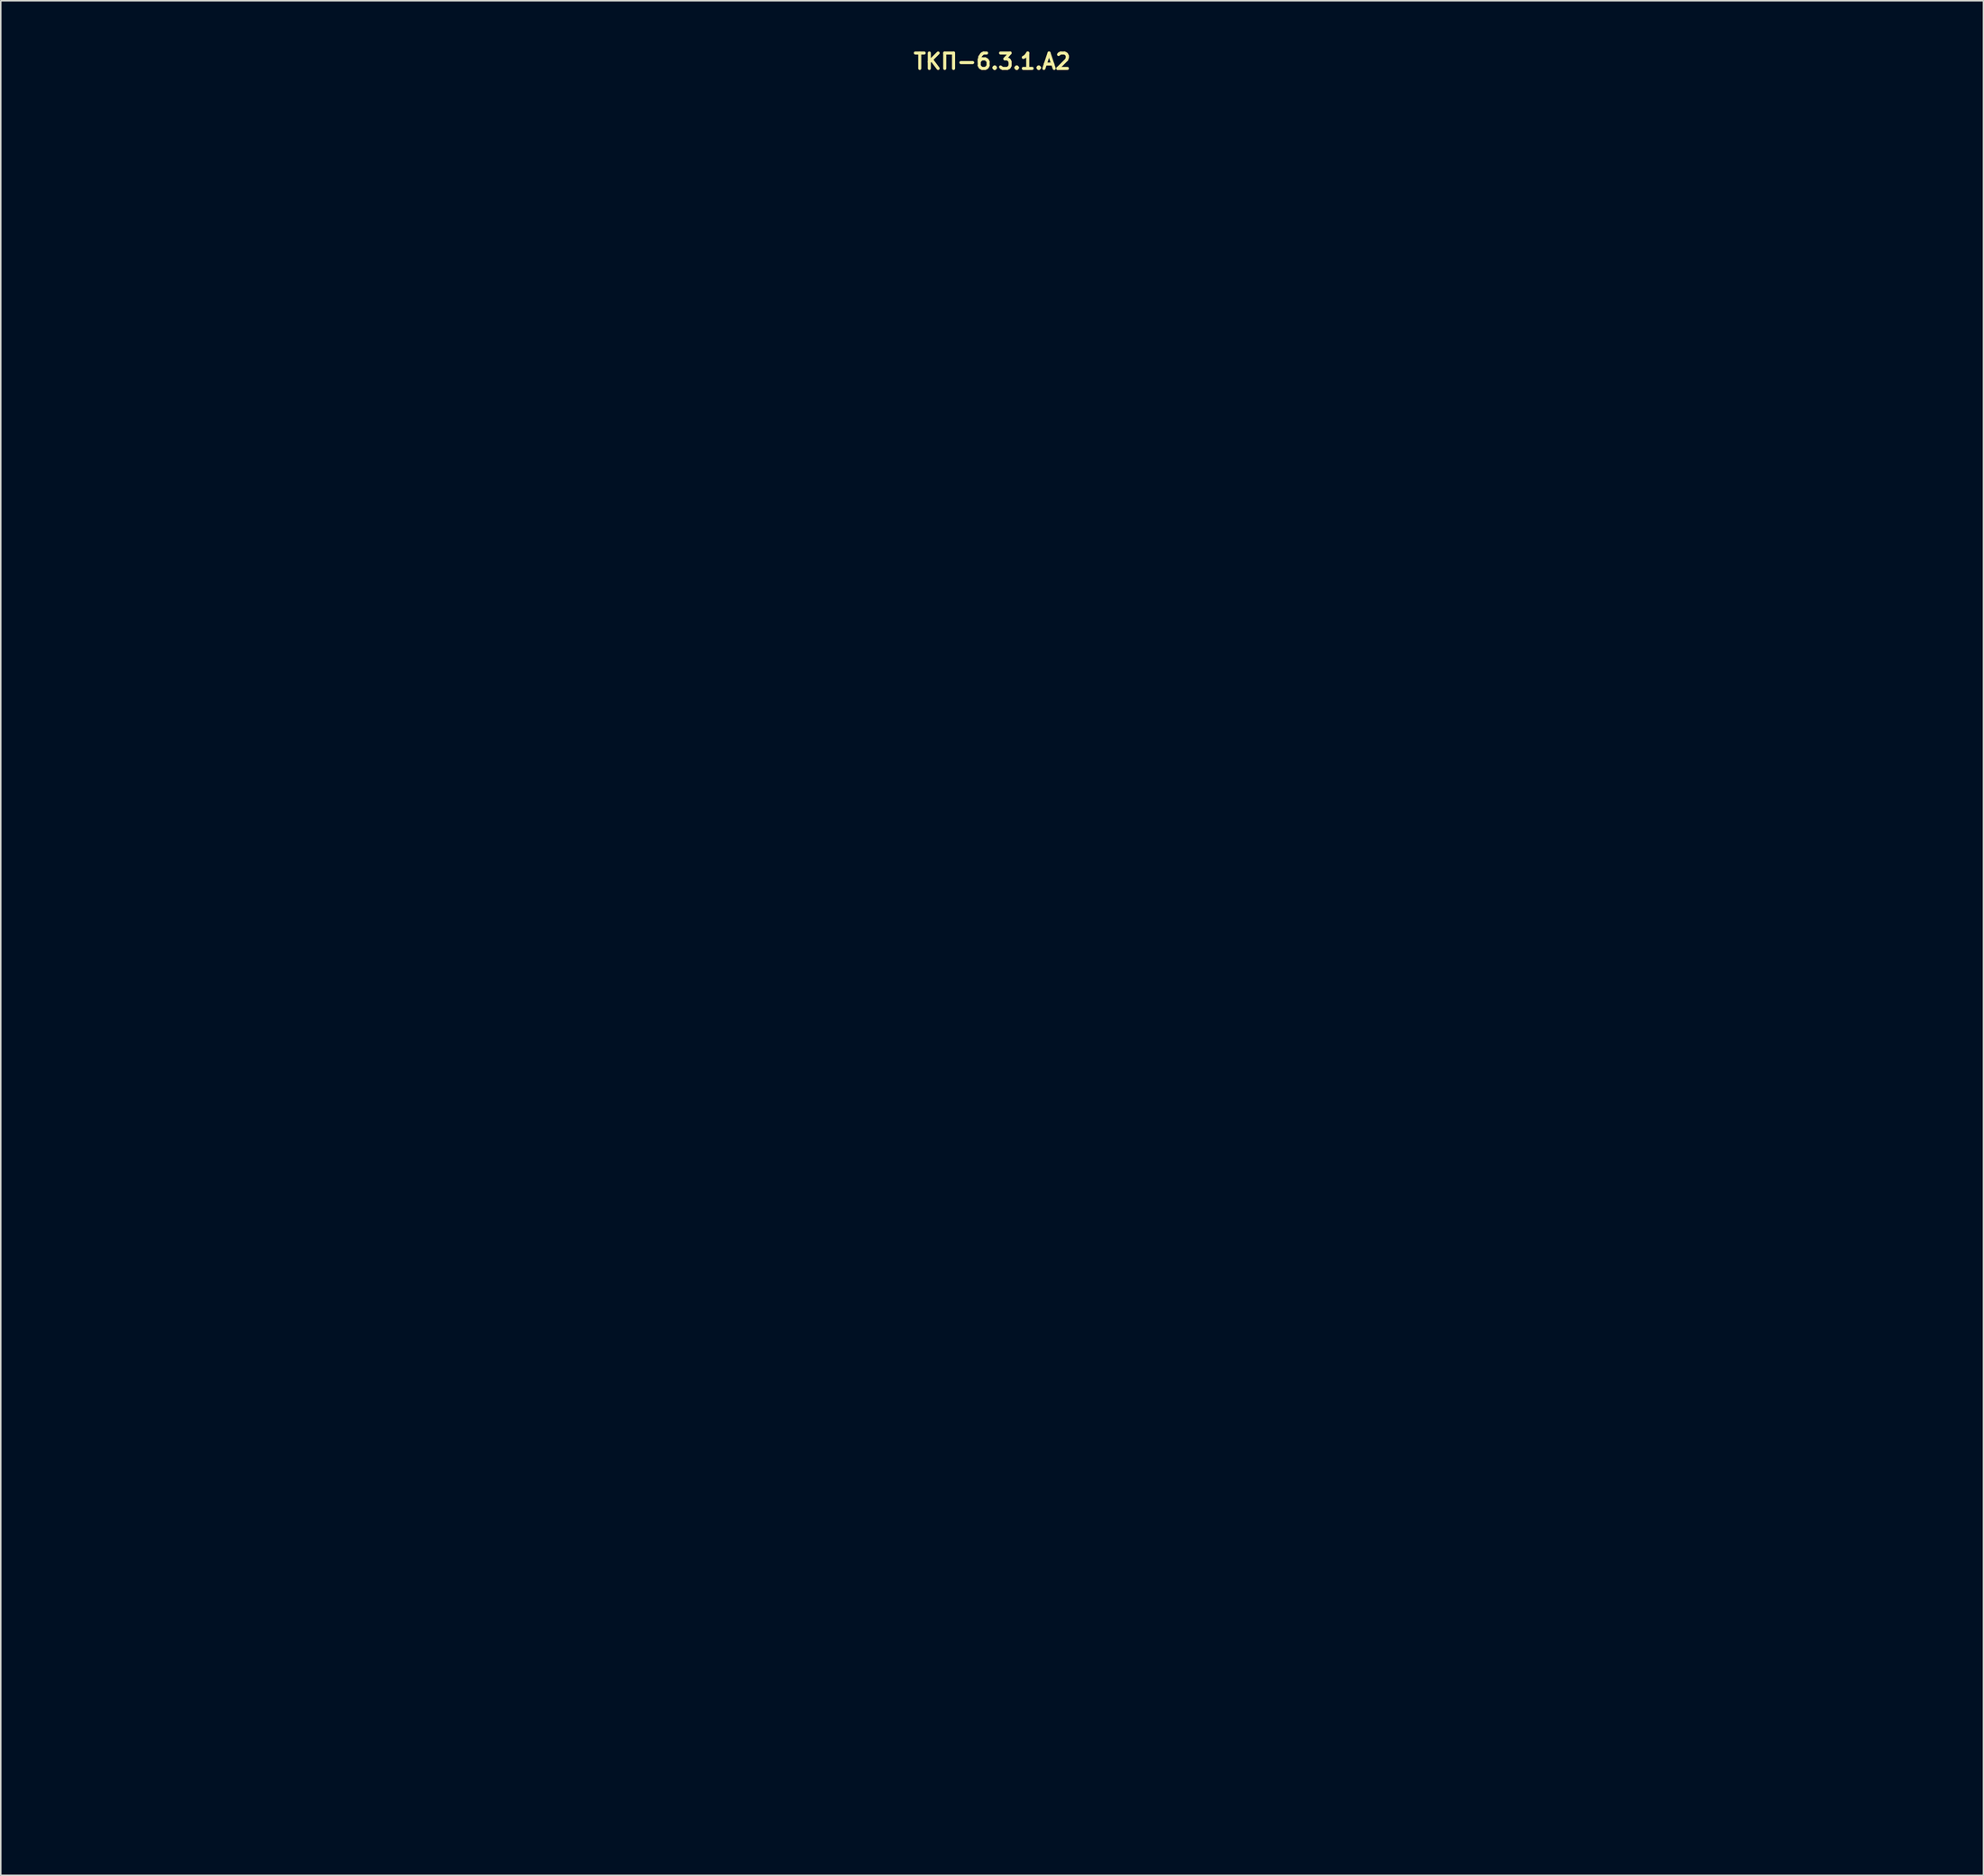
<source format=kicad_pcb>
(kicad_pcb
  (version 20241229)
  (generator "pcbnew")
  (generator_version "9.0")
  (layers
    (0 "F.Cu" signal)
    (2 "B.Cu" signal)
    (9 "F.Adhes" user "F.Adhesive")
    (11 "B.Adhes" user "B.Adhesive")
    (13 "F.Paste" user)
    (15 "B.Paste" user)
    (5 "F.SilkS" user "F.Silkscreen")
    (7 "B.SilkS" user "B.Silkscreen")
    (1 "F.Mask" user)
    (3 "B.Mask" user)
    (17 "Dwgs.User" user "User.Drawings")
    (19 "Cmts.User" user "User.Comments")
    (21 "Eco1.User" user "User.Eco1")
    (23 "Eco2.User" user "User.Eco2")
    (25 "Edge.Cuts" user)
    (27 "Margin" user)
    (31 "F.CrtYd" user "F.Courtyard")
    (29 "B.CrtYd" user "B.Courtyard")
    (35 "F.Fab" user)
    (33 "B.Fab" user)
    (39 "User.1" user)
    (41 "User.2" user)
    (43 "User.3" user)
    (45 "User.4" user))
  (footprint "ТКП-6.3.1.A2"
    (layer "F.Cu")
    (at 61.27 58.594)
    (property "Reference" "ТКП-6.3.1.A2" (at 0 -57.658 0) (layer "F.SilkS") (effects (font (size 1 1) (thickness 0.2))))
    (attr through_hole)
    (fp_line (start -61.07 -54.78) (end -61.07 54.78) (stroke (width 0.4) (type solid)) (layer "Eco2.User"))
    (fp_line (start -61.07 -54.78) (end -59.07 -54.78) (stroke (width 0.4) (type solid)) (layer "Eco2.User"))
    (fp_line (start -61.07 54.78) (end -59.07 54.78) (stroke (width 0.4) (type solid)) (layer "Eco2.User"))
    (fp_line (start -59.07 -56.78) (end -32.77 -56.78) (stroke (width 0.4) (type solid)) (layer "Eco2.User"))
    (fp_line (start -59.07 -56.28) (end -59.07 -54.78) (stroke (width 0.4) (type solid)) (layer "Eco2.User"))
    (fp_line (start -59.07 54.78) (end -59.07 56.28) (stroke (width 0.4) (type solid)) (layer "Eco2.User"))
    (fp_line (start -59.07 56.78) (end -32.77 56.78) (stroke (width 0.4) (type solid)) (layer "Eco2.User"))
    (fp_line (start -31.97 -56.78) (end -31.97 56.78) (stroke (width 0.4) (type solid)) (layer "Eco2.User"))
    (fp_line (start -31.97 -56.78) (end -30.97 -56.78) (stroke (width 0.4) (type solid)) (layer "Eco2.User"))
    (fp_line (start -31.97 56.78) (end -30.97 56.78) (stroke (width 0.4) (type solid)) (layer "Eco2.User"))
    (fp_line (start -30.97 -56.78) (end -30.97 56.78) (stroke (width 0.4) (type solid)) (layer "Eco2.User"))
    (fp_line (start -30.97 -54.78) (end -29.97 -54.78) (stroke (width 0.4) (type solid)) (layer "Eco2.User"))
    (fp_line (start -30.97 54.78) (end -29.97 54.78) (stroke (width 0.4) (type solid)) (layer "Eco2.User"))
    (fp_line (start -30.77 -56.78) (end -30.77 -55.78) (stroke (width 0.4) (type solid)) (layer "Eco2.User"))
    (fp_line (start -30.77 -56.78) (end 30.77 -56.78) (stroke (width 0.4) (type solid)) (layer "Eco2.User"))
    (fp_line (start -30.77 -55.78) (end 30.77 -55.78) (stroke (width 0.4) (type solid)) (layer "Eco2.User"))
    (fp_line (start -30.77 55.78) (end -30.77 56.78) (stroke (width 0.4) (type solid)) (layer "Eco2.User"))
    (fp_line (start -30.77 55.78) (end 30.77 55.78) (stroke (width 0.4) (type solid)) (layer "Eco2.User"))
    (fp_line (start -30.77 56.78) (end 30.77 56.78) (stroke (width 0.4) (type solid)) (layer "Eco2.User"))
    (fp_line (start -29.97 -55.78) (end -29.97 -54.78) (stroke (width 0.4) (type solid)) (layer "Eco2.User"))
    (fp_line (start -29.97 54.78) (end -29.97 55.78) (stroke (width 0.4) (type solid)) (layer "Eco2.User"))
    (fp_line (start -29.12 -55.78) (end -29.12 -54.28) (stroke (width 0.4) (type solid)) (layer "Eco2.User"))
    (fp_line (start -29.12 -54.28) (end -22.82 -54.28) (stroke (width 0.4) (type solid)) (layer "Eco2.User"))
    (fp_line (start -29.12 55.78) (end -29.12 54.28) (stroke (width 0.4) (type solid)) (layer "Eco2.User"))
    (fp_line (start -22.82 -55.78) (end -22.82 -54.28) (stroke (width 0.4) (type solid)) (layer "Eco2.User"))
    (fp_line (start -22.82 54.28) (end -29.12 54.28) (stroke (width 0.4) (type solid)) (layer "Eco2.User"))
    (fp_line (start -22.82 55.78) (end -22.82 54.28) (stroke (width 0.4) (type solid)) (layer "Eco2.User"))
    (fp_line (start -21.17 -56.78) (end -21.17 -55.78) (stroke (width 0.4) (type solid)) (layer "Eco2.User"))
    (fp_line (start -21.17 55.78) (end -21.17 56.78) (stroke (width 0.4) (type solid)) (layer "Eco2.User"))
    (fp_line (start 21.17 -56.78) (end 21.17 -55.78) (stroke (width 0.4) (type solid)) (layer "Eco2.User"))
    (fp_line (start 21.17 55.78) (end 21.17 56.78) (stroke (width 0.4) (type solid)) (layer "Eco2.User"))
    (fp_line (start 22.82 -55.78) (end 22.82 -54.28) (stroke (width 0.4) (type solid)) (layer "Eco2.User"))
    (fp_line (start 22.82 -54.28) (end 29.12 -54.28) (stroke (width 0.4) (type solid)) (layer "Eco2.User"))
    (fp_line (start 22.82 55.78) (end 22.82 54.28) (stroke (width 0.4) (type solid)) (layer "Eco2.User"))
    (fp_line (start 29.12 -55.78) (end 29.12 -54.28) (stroke (width 0.4) (type solid)) (layer "Eco2.User"))
    (fp_line (start 29.12 54.28) (end 22.82 54.28) (stroke (width 0.4) (type solid)) (layer "Eco2.User"))
    (fp_line (start 29.12 55.78) (end 29.12 54.28) (stroke (width 0.4) (type solid)) (layer "Eco2.User"))
    (fp_line (start 29.97 -55.78) (end 29.97 -54.78) (stroke (width 0.4) (type solid)) (layer "Eco2.User"))
    (fp_line (start 29.97 -54.78) (end 30.97 -54.78) (stroke (width 0.4) (type solid)) (layer "Eco2.User"))
    (fp_line (start 29.97 54.78) (end 29.97 55.78) (stroke (width 0.4) (type solid)) (layer "Eco2.User"))
    (fp_line (start 29.97 54.78) (end 30.97 54.78) (stroke (width 0.4) (type solid)) (layer "Eco2.User"))
    (fp_line (start 30.77 -56.78) (end 30.77 -55.78) (stroke (width 0.4) (type solid)) (layer "Eco2.User"))
    (fp_line (start 30.77 55.78) (end 30.77 56.78) (stroke (width 0.4) (type solid)) (layer "Eco2.User"))
    (fp_line (start 30.97 -56.78) (end 30.97 56.78) (stroke (width 0.4) (type solid)) (layer "Eco2.User"))
    (fp_line (start 30.97 -56.78) (end 31.97 -56.78) (stroke (width 0.4) (type solid)) (layer "Eco2.User"))
    (fp_line (start 30.97 56.78) (end 31.97 56.78) (stroke (width 0.4) (type solid)) (layer "Eco2.User"))
    (fp_line (start 31.97 -56.78) (end 31.97 56.78) (stroke (width 0.4) (type solid)) (layer "Eco2.User"))
    (fp_line (start 32.77 -56.78) (end 59.07 -56.78) (stroke (width 0.4) (type solid)) (layer "Eco2.User"))
    (fp_line (start 32.77 56.78) (end 59.07 56.78) (stroke (width 0.4) (type solid)) (layer "Eco2.User"))
    (fp_line (start 59.07 -56.28) (end 59.07 -54.78) (stroke (width 0.4) (type solid)) (layer "Eco2.User"))
    (fp_line (start 59.07 -54.78) (end 61.07 -54.78) (stroke (width 0.4) (type solid)) (layer "Eco2.User"))
    (fp_line (start 59.07 54.78) (end 59.07 56.28) (stroke (width 0.4) (type solid)) (layer "Eco2.User"))
    (fp_line (start 59.07 54.78) (end 61.07 54.78) (stroke (width 0.4) (type solid)) (layer "Eco2.User"))
    (fp_line (start 61.07 -54.78) (end 61.07 54.78) (stroke (width 0.4) (type solid)) (layer "Eco2.User"))
    (fp_arc (start -61.07 -54.78) (mid -60.484214 -56.194214) (end -59.07 -56.78) (stroke (width 0.4) (type solid)) (layer "Eco2.User"))
    (fp_arc (start -60.07 -54.78) (mid -59.777107 -55.487107) (end -59.07 -55.78) (stroke (width 0.4) (type solid)) (layer "Eco2.User"))
    (fp_arc (start -59.07 -56.28) (mid -58.923553 -56.633553) (end -58.57 -56.78) (stroke (width 0.4) (type solid)) (layer "Eco2.User"))
    (fp_arc (start -59.07 55.78) (mid -59.777107 55.487107) (end -60.07 54.78) (stroke (width 0.4) (type solid)) (layer "Eco2.User"))
    (fp_arc (start -59.07 56.78) (mid -60.484214 56.194214) (end -61.07 54.78) (stroke (width 0.4) (type solid)) (layer "Eco2.User"))
    (fp_arc (start -58.57 56.78) (mid -58.923553 56.633553) (end -59.07 56.28) (stroke (width 0.4) (type solid)) (layer "Eco2.User"))
    (fp_arc (start -32.77 -56.78) (mid -32.204315 -56.545685) (end -31.97 -55.98) (stroke (width 0.4) (type solid)) (layer "Eco2.User"))
    (fp_arc (start -31.97 55.98) (mid -32.204315 56.545685) (end -32.77 56.78) (stroke (width 0.4) (type solid)) (layer "Eco2.User"))
    (fp_arc (start 31.97 -55.98) (mid 32.204315 -56.545685) (end 32.77 -56.78) (stroke (width 0.4) (type solid)) (layer "Eco2.User"))
    (fp_arc (start 32.77 56.78) (mid 32.204315 56.545685) (end 31.97 55.98) (stroke (width 0.4) (type solid)) (layer "Eco2.User"))
    (fp_arc (start 58.57 -56.78) (mid 58.923553 -56.633553) (end 59.07 -56.28) (stroke (width 0.4) (type solid)) (layer "Eco2.User"))
    (fp_arc (start 59.07 -56.78) (mid 60.484214 -56.194214) (end 61.07 -54.78) (stroke (width 0.4) (type solid)) (layer "Eco2.User"))
    (fp_arc (start 59.07 -55.78) (mid 59.777107 -55.487107) (end 60.07 -54.78) (stroke (width 0.4) (type solid)) (layer "Eco2.User"))
    (fp_arc (start 59.07 56.28) (mid 58.923553 56.633553) (end 58.57 56.78) (stroke (width 0.4) (type solid)) (layer "Eco2.User"))
    (fp_arc (start 60.07 54.78) (mid 59.777107 55.487107) (end 59.07 55.78) (stroke (width 0.4) (type solid)) (layer "Eco2.User"))
    (fp_arc (start 61.07 54.78) (mid 60.484214 56.194214) (end 59.07 56.78) (stroke (width 0.4) (type solid)) (layer "Eco2.User"))
    (fp_circle (center -43.77 1.27) (end -37.77 1.27) (stroke (width 0.4) (type solid)) (fill no) (layer "Eco2.User"))
    (fp_circle (center 43.77 1.27) (end 49.77 1.27) (stroke (width 0.4) (type solid)) (fill no) (layer "Eco2.User")))
  (gr_rect
    (start -3 -3)
    (end 125.54 118.574)
    (stroke (width 0.1) (type default))
    (fill no)
    (layer "Edge.Cuts")))
</source>
